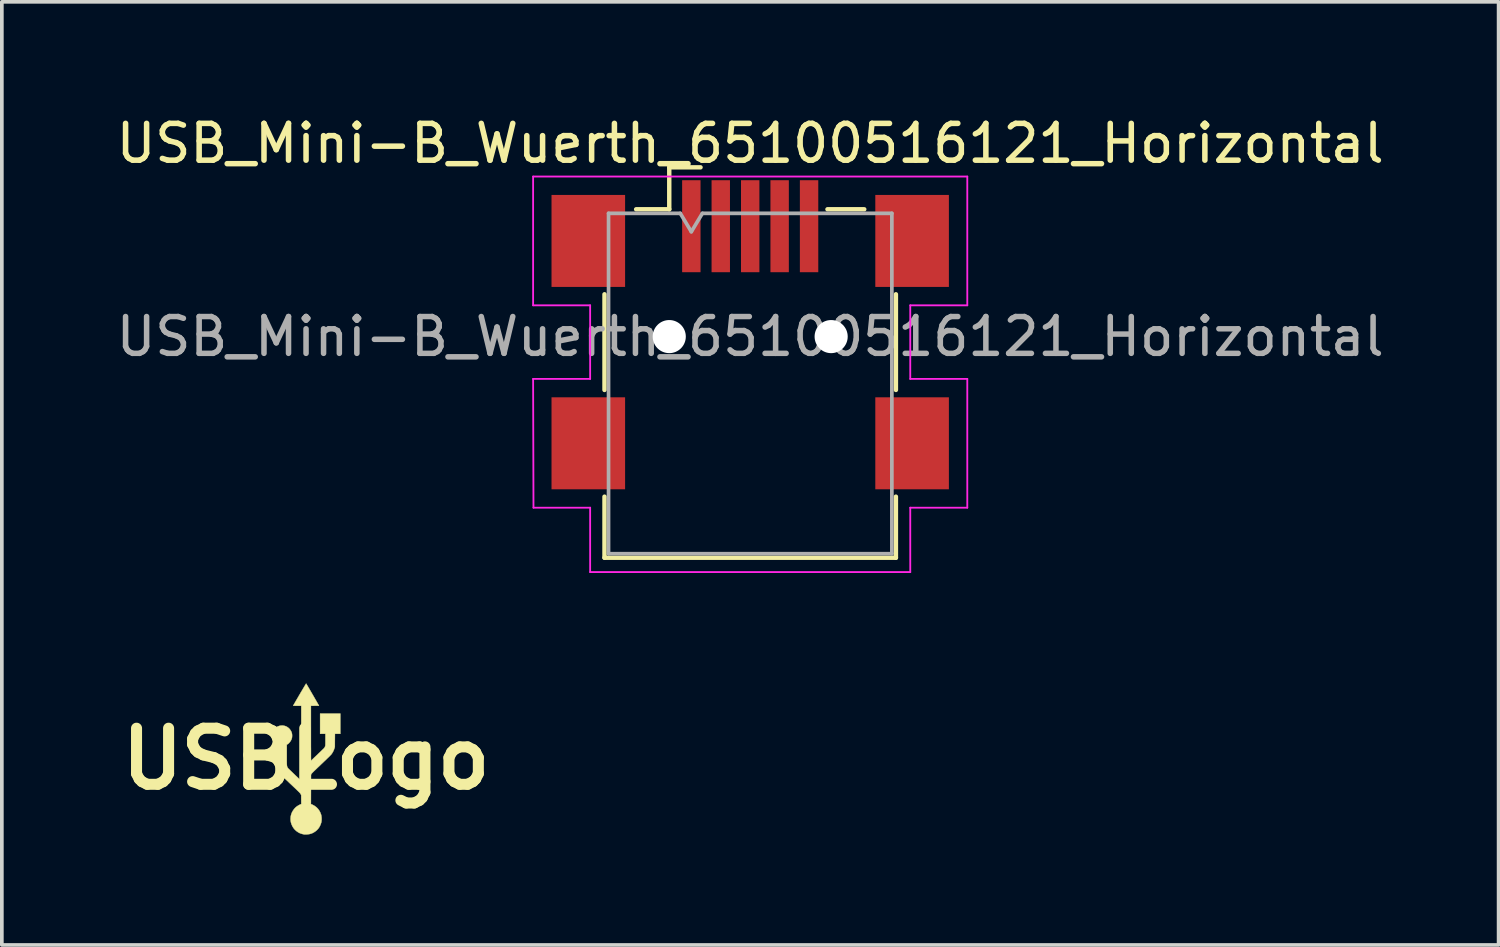
<source format=kicad_pcb>
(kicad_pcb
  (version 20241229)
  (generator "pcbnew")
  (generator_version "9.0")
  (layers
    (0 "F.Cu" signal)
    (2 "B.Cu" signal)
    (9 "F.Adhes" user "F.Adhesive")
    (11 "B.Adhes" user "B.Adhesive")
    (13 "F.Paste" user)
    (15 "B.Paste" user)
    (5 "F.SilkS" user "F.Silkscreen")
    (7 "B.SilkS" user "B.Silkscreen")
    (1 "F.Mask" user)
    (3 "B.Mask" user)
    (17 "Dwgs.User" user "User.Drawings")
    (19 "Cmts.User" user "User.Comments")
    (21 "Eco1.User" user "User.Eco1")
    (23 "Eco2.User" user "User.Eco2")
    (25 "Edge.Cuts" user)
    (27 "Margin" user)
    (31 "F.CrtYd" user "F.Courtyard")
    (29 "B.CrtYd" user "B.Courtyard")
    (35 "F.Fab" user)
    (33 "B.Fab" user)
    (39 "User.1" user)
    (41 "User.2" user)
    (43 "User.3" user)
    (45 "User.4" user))
  (footprint "USB_Mini-B_Wuerth_65100516121_Horizontal"
    (layer "F.Cu")
    (at 17.339 6.098)
    (property "Reference" "USB_Mini-B_Wuerth_65100516121_Horizontal" (at 0 -5.25 0) (layer "F.SilkS") (effects (font (size 1 1) (thickness 0.15))))
    (attr smd)
    (fp_line (start -3.96 1.45) (end -3.96 -1.15) (stroke (width 0.12) (type solid)) (layer "F.SilkS"))
    (fp_line (start -3.96 4.35) (end -3.96 6.01) (stroke (width 0.12) (type solid)) (layer "F.SilkS"))
    (fp_line (start -3.96 6.01) (end 3.96 6.01) (stroke (width 0.12) (type solid)) (layer "F.SilkS"))
    (fp_line (start -3.1 -3.46) (end -2.2 -3.46) (stroke (width 0.12) (type solid)) (layer "F.SilkS"))
    (fp_line (start -2.2 -4.6) (end -1.35 -4.6) (stroke (width 0.12) (type solid)) (layer "F.SilkS"))
    (fp_line (start -2.2 -3.46) (end -2.2 -4.6) (stroke (width 0.12) (type solid)) (layer "F.SilkS"))
    (fp_line (start 2.1 -3.46) (end 3.1 -3.46) (stroke (width 0.12) (type solid)) (layer "F.SilkS"))
    (fp_line (start 3.96 -1.15) (end 3.96 1.45) (stroke (width 0.12) (type solid)) (layer "F.SilkS"))
    (fp_line (start 3.96 6.01) (end 3.96 4.35) (stroke (width 0.12) (type solid)) (layer "F.SilkS"))
    (fp_line (start -5.9 -4.35) (end 5.9 -4.35) (stroke (width 0.05) (type solid)) (layer "F.CrtYd"))
    (fp_line (start -5.9 -0.85) (end -5.9 -4.35) (stroke (width 0.05) (type solid)) (layer "F.CrtYd"))
    (fp_line (start -5.9 1.15) (end -4.35 1.15) (stroke (width 0.05) (type solid)) (layer "F.CrtYd"))
    (fp_line (start -5.89 4.65) (end -5.9 1.15) (stroke (width 0.05) (type solid)) (layer "F.CrtYd"))
    (fp_line (start -4.35 -0.85) (end -5.9 -0.85) (stroke (width 0.05) (type solid)) (layer "F.CrtYd"))
    (fp_line (start -4.35 1.15) (end -4.35 -0.85) (stroke (width 0.05) (type solid)) (layer "F.CrtYd"))
    (fp_line (start -4.35 4.65) (end -5.89 4.65) (stroke (width 0.05) (type solid)) (layer "F.CrtYd"))
    (fp_line (start -4.35 6.4) (end -4.35 4.65) (stroke (width 0.05) (type solid)) (layer "F.CrtYd"))
    (fp_line (start 4.35 -0.85) (end 4.35 1.15) (stroke (width 0.05) (type solid)) (layer "F.CrtYd"))
    (fp_line (start 4.35 1.15) (end 5.9 1.15) (stroke (width 0.05) (type solid)) (layer "F.CrtYd"))
    (fp_line (start 4.35 4.65) (end 4.35 6.4) (stroke (width 0.05) (type solid)) (layer "F.CrtYd"))
    (fp_line (start 4.35 6.4) (end -4.35 6.4) (stroke (width 0.05) (type solid)) (layer "F.CrtYd"))
    (fp_line (start 5.9 -4.35) (end 5.9 -0.85) (stroke (width 0.05) (type solid)) (layer "F.CrtYd"))
    (fp_line (start 5.9 -0.85) (end 4.35 -0.85) (stroke (width 0.05) (type solid)) (layer "F.CrtYd"))
    (fp_line (start 5.9 1.15) (end 5.9 4.65) (stroke (width 0.05) (type solid)) (layer "F.CrtYd"))
    (fp_line (start 5.9 4.65) (end 4.35 4.65) (stroke (width 0.05) (type solid)) (layer "F.CrtYd"))
    (fp_line (start -3.85 -3.35) (end -1.9 -3.35) (stroke (width 0.1) (type solid)) (layer "F.Fab"))
    (fp_line (start -3.85 5.9) (end -3.85 -3.35) (stroke (width 0.1) (type solid)) (layer "F.Fab"))
    (fp_line (start -1.9 -3.35) (end -1.6 -2.85) (stroke (width 0.1) (type solid)) (layer "F.Fab"))
    (fp_line (start -1.6 -2.85) (end -1.3 -3.35) (stroke (width 0.1) (type solid)) (layer "F.Fab"))
    (fp_line (start -1.3 -3.35) (end 3.85 -3.35) (stroke (width 0.1) (type solid)) (layer "F.Fab"))
    (fp_line (start 3.85 -3.35) (end 3.85 5.9) (stroke (width 0.1) (type solid)) (layer "F.Fab"))
    (fp_line (start 3.85 5.9) (end -3.85 5.9) (stroke (width 0.1) (type solid)) (layer "F.Fab"))
    (fp_text user "${REFERENCE}" (at 0 0 0) (layer "F.Fab") (effects (font (size 1 1) (thickness 0.15))))
    (pad "" np_thru_hole circle (at -2.2 0) (size 0.9 0.9) (drill 0.9) (layers "*.Cu" "*.Mask"))
    (pad "" np_thru_hole circle (at 2.2 0) (size 0.9 0.9) (drill 0.9) (layers "*.Cu" "*.Mask"))
    (pad "1" smd rect (at -1.6 -3) (size 0.5 2.5) (layers "F.Cu" "F.Mask" "F.Paste"))
    (pad "2" smd rect (at -0.8 -3) (size 0.5 2.5) (layers "F.Cu" "F.Mask" "F.Paste"))
    (pad "3" smd rect (at 0 -3) (size 0.5 2.5) (layers "F.Cu" "F.Mask" "F.Paste"))
    (pad "4" smd rect (at 0.8 -3) (size 0.5 2.5) (layers "F.Cu" "F.Mask" "F.Paste"))
    (pad "5" smd rect (at 1.6 -3) (size 0.5 2.5) (layers "F.Cu" "F.Mask" "F.Paste"))
    (pad "6" smd rect (at -4.4 -2.6) (size 2 2.5) (layers "F.Cu" "F.Mask" "F.Paste"))
    (pad "6" smd rect (at -4.4 2.9) (size 2 2.5) (layers "F.Cu" "F.Mask" "F.Paste"))
    (pad "6" smd rect (at 4.4 -2.6) (size 2 2.5) (layers "F.Cu" "F.Mask" "F.Paste"))
    (pad "6" smd rect (at 4.4 2.9) (size 2 2.5) (layers "F.Cu" "F.Mask" "F.Paste")))
  (footprint "USBLogo"
    (layer "F.Cu")
    (at 5.269 17.576)
    (property "Reference" "USBLogo" (at 0 0 0) (layer "F.SilkS") (effects (font (size 1.524 1.524) (thickness 0.3))))
    (attr through_hole)
    (fp_poly (pts (xy 0.004 -2.044) (xy 0.01 -2.034) (xy 0.02 -2.017) (xy 0.034 -1.994) (xy 0.05 -1.967) (xy 0.069 -1.934) (xy 0.09 -1.898) (xy 0.113 -1.858) (xy 0.138 -1.815) (xy 0.164 -1.77) (xy 0.178 -1.746) (xy 0.351 -1.446) (xy 0.241 -1.445) (xy 0.131 -1.443) (xy 0.131 -0.698) (xy 0.131 -0.62) (xy 0.131 -0.543) (xy 0.131 -0.47) (xy 0.131 -0.399) (xy 0.131 -0.332) (xy 0.132 -0.269) (xy 0.132 -0.211) (xy 0.132 -0.157) (xy 0.132 -0.109) (xy 0.132 -0.066) (xy 0.132 -0.03) (xy 0.133 0.000071) (xy 0.133 0.023) (xy 0.133 0.038) (xy 0.133 0.046) (xy 0.133 0.047) (xy 0.137 0.044) (xy 0.146 0.036) (xy 0.16 0.023) (xy 0.178 0.006) (xy 0.199 -0.014) (xy 0.223 -0.037) (xy 0.25 -0.062) (xy 0.278 -0.089) (xy 0.307 -0.116) (xy 0.335 -0.144) (xy 0.364 -0.171) (xy 0.391 -0.197) (xy 0.417 -0.222) (xy 0.44 -0.245) (xy 0.46 -0.264) (xy 0.477 -0.28) (xy 0.488 -0.292) (xy 0.495 -0.3) (xy 0.497 -0.301) (xy 0.505 -0.315) (xy 0.513 -0.332) (xy 0.517 -0.341) (xy 0.519 -0.347) (xy 0.521 -0.354) (xy 0.522 -0.363) (xy 0.523 -0.373) (xy 0.524 -0.387) (xy 0.524 -0.406) (xy 0.525 -0.429) (xy 0.525 -0.458) (xy 0.525 -0.495) (xy 0.525 -0.523) (xy 0.525 -0.682) (xy 0.381 -0.682) (xy 0.381 -1.232) (xy 0.931 -1.232) (xy 0.931 -0.682) (xy 0.784 -0.682) (xy 0.782 -0.503) (xy 0.781 -0.324) (xy 0.769 -0.286) (xy 0.754 -0.244) (xy 0.735 -0.202) (xy 0.713 -0.163) (xy 0.689 -0.128) (xy 0.689 -0.128) (xy 0.68 -0.117) (xy 0.664 -0.101) (xy 0.643 -0.079) (xy 0.615 -0.051) (xy 0.58 -0.018) (xy 0.54 0.022) (xy 0.493 0.066) (xy 0.44 0.117) (xy 0.408 0.147) (xy 0.361 0.193) (xy 0.319 0.232) (xy 0.283 0.267) (xy 0.252 0.297) (xy 0.225 0.322) (xy 0.203 0.344) (xy 0.185 0.362) (xy 0.171 0.376) (xy 0.16 0.388) (xy 0.152 0.397) (xy 0.147 0.404) (xy 0.144 0.409) (xy 0.143 0.409) (xy 0.133 0.43) (xy 0.131 1.228) (xy 0.14 1.231) (xy 0.148 1.234) (xy 0.161 1.239) (xy 0.177 1.247) (xy 0.182 1.249) (xy 0.235 1.279) (xy 0.282 1.315) (xy 0.323 1.357) (xy 0.358 1.405) (xy 0.386 1.457) (xy 0.407 1.513) (xy 0.412 1.531) (xy 0.417 1.563) (xy 0.421 1.599) (xy 0.422 1.638) (xy 0.42 1.676) (xy 0.416 1.71) (xy 0.411 1.731) (xy 0.391 1.79) (xy 0.365 1.844) (xy 0.332 1.893) (xy 0.292 1.936) (xy 0.252 1.969) (xy 0.203 2.001) (xy 0.152 2.025) (xy 0.099 2.041) (xy 0.041 2.049) (xy 0.015 2.051) (xy -0.007 2.051) (xy -0.026 2.052) (xy -0.041 2.051) (xy -0.05 2.051) (xy -0.051 2.051) (xy -0.094 2.042) (xy -0.131 2.032) (xy -0.164 2.02) (xy -0.194 2.006) (xy -0.215 1.994) (xy -0.263 1.961) (xy -0.306 1.922) (xy -0.342 1.878) (xy -0.372 1.83) (xy -0.395 1.779) (xy -0.412 1.725) (xy -0.421 1.669) (xy -0.422 1.613) (xy -0.416 1.556) (xy -0.404 1.506) (xy -0.384 1.454) (xy -0.357 1.406) (xy -0.325 1.36) (xy -0.288 1.321) (xy -0.266 1.302) (xy -0.248 1.289) (xy -0.227 1.275) (xy -0.204 1.261) (xy -0.181 1.249) (xy -0.16 1.238) (xy -0.144 1.232) (xy -0.14 1.231) (xy -0.131 1.228) (xy -0.132 1.106) (xy -0.133 0.984) (xy -0.147 0.956) (xy -0.15 0.95) (xy -0.153 0.945) (xy -0.157 0.939) (xy -0.163 0.932) (xy -0.17 0.924) (xy -0.179 0.914) (xy -0.191 0.902) (xy -0.206 0.887) (xy -0.224 0.869) (xy -0.246 0.848) (xy -0.271 0.823) (xy -0.302 0.794) (xy -0.337 0.761) (xy -0.378 0.722) (xy -0.423 0.68) (xy -0.47 0.635) (xy -0.511 0.596) (xy -0.547 0.562) (xy -0.578 0.533) (xy -0.604 0.507) (xy -0.626 0.486) (xy -0.645 0.468) (xy -0.66 0.452) (xy -0.673 0.439) (xy -0.683 0.428) (xy -0.691 0.419) (xy -0.697 0.411) (xy -0.703 0.404) (xy -0.707 0.397) (xy -0.739 0.341) (xy -0.762 0.281) (xy -0.778 0.218) (xy -0.783 0.189) (xy -0.784 0.177) (xy -0.785 0.158) (xy -0.785 0.131) (xy -0.786 0.096) (xy -0.787 0.055) (xy -0.787 0.008) (xy -0.787 -0.045) (xy -0.787 -0.104) (xy -0.787 -0.116) (xy -0.787 -0.389) (xy -0.807 -0.4) (xy -0.825 -0.413) (xy -0.845 -0.431) (xy -0.865 -0.452) (xy -0.882 -0.473) (xy -0.892 -0.488) (xy -0.913 -0.53) (xy -0.926 -0.575) (xy -0.931 -0.622) (xy -0.929 -0.669) (xy -0.918 -0.715) (xy -0.902 -0.757) (xy -0.877 -0.797) (xy -0.847 -0.831) (xy -0.812 -0.859) (xy -0.773 -0.882) (xy -0.73 -0.897) (xy -0.686 -0.906) (xy -0.641 -0.908) (xy -0.595 -0.901) (xy -0.56 -0.891) (xy -0.519 -0.872) (xy -0.482 -0.846) (xy -0.448 -0.814) (xy -0.421 -0.776) (xy -0.399 -0.736) (xy -0.387 -0.699) (xy -0.382 -0.671) (xy -0.38 -0.64) (xy -0.381 -0.607) (xy -0.384 -0.577) (xy -0.387 -0.563) (xy -0.399 -0.529) (xy -0.416 -0.495) (xy -0.438 -0.463) (xy -0.462 -0.434) (xy -0.488 -0.41) (xy -0.507 -0.398) (xy -0.525 -0.388) (xy -0.525 -0.105) (xy -0.525 -0.049) (xy -0.525 -0.001) (xy -0.525 0.04) (xy -0.525 0.074) (xy -0.524 0.103) (xy -0.524 0.126) (xy -0.524 0.145) (xy -0.523 0.16) (xy -0.522 0.172) (xy -0.521 0.181) (xy -0.52 0.189) (xy -0.519 0.195) (xy -0.517 0.2) (xy -0.516 0.205) (xy -0.509 0.223) (xy -0.499 0.241) (xy -0.492 0.251) (xy -0.487 0.257) (xy -0.476 0.268) (xy -0.461 0.282) (xy -0.442 0.301) (xy -0.42 0.322) (xy -0.395 0.346) (xy -0.368 0.372) (xy -0.34 0.399) (xy -0.311 0.426) (xy -0.283 0.454) (xy -0.255 0.48) (xy -0.228 0.505) (xy -0.203 0.529) (xy -0.181 0.549) (xy -0.163 0.566) (xy -0.148 0.58) (xy -0.138 0.589) (xy -0.133 0.593) (xy -0.133 0.593) (xy -0.133 0.588) (xy -0.133 0.576) (xy -0.133 0.556) (xy -0.133 0.529) (xy -0.132 0.494) (xy -0.132 0.453) (xy -0.132 0.406) (xy -0.132 0.353) (xy -0.132 0.294) (xy -0.132 0.23) (xy -0.132 0.162) (xy -0.132 0.088) (xy -0.131 0.011) (xy -0.131 -0.07) (xy -0.131 -0.154) (xy -0.131 -0.242) (xy -0.131 -0.332) (xy -0.131 -0.424) (xy -0.131 -1.444) (xy -0.242 -1.444) (xy -0.271 -1.444) (xy -0.298 -1.444) (xy -0.32 -1.445) (xy -0.337 -1.445) (xy -0.347 -1.446) (xy -0.351 -1.447) (xy -0.348 -1.453) (xy -0.341 -1.466) (xy -0.33 -1.484) (xy -0.317 -1.507) (xy -0.301 -1.535) (xy -0.283 -1.567) (xy -0.263 -1.601) (xy -0.241 -1.639) (xy -0.218 -1.677) (xy -0.195 -1.718) (xy -0.171 -1.758) (xy -0.148 -1.799) (xy -0.124 -1.838) (xy -0.102 -1.876) (xy -0.081 -1.912) (xy -0.061 -1.945) (xy -0.044 -1.975) (xy -0.028 -2) (xy -0.016 -2.021) (xy -0.007 -2.036) (xy -0.001 -2.045) (xy 0.001 -2.048) (xy 0.004 -2.044)) (stroke (width 0.01) (type solid)) (fill yes) (layer "F.SilkS")))
  (gr_rect
    (start -3 -3)
    (end 37.679 22.633)
    (stroke (width 0.1) (type default))
    (fill no)
    (layer "Edge.Cuts")))
</source>
